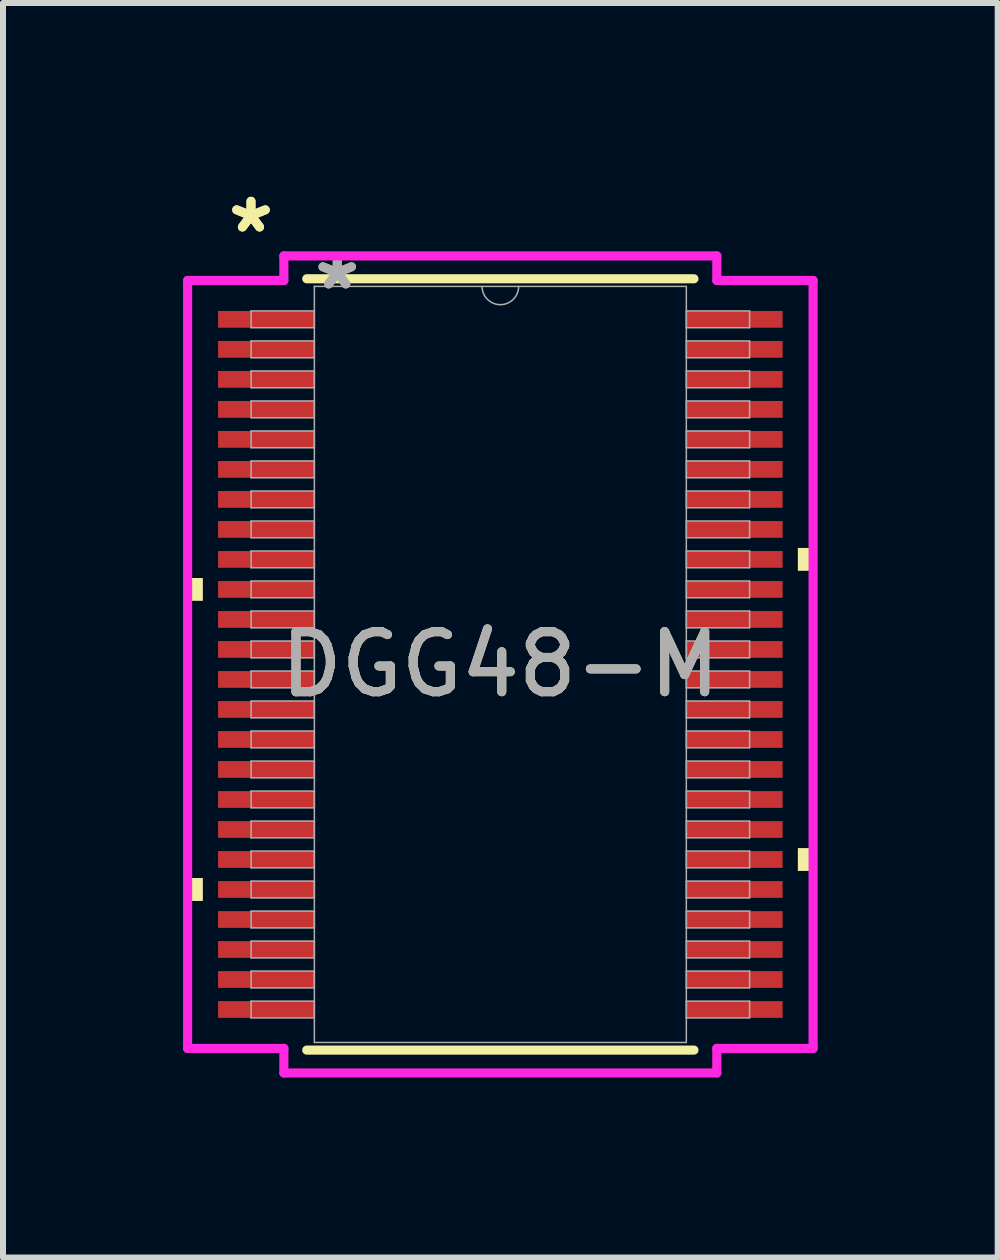
<source format=kicad_pcb>
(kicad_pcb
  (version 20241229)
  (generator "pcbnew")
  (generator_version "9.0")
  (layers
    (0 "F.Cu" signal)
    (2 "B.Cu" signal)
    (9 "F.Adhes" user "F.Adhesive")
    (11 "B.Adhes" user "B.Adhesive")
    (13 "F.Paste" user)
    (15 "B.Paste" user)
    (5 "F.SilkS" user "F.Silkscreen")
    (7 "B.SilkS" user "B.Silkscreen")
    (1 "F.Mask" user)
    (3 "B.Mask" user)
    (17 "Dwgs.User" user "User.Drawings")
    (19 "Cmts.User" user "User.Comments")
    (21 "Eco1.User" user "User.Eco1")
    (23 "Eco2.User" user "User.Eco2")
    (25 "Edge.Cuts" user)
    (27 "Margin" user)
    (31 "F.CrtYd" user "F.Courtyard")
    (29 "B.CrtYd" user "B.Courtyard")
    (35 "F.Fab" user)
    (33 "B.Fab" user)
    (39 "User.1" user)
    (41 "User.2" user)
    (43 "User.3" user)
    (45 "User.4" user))
  (footprint "DGG48-M"
    (layer "F.Cu")
    (at 5.287 8.021)
    (property "Reference" "DGG48-M" (at 0 0 0) (unlocked yes) (layer "F.SilkS") (effects (font (size 1 1) (thickness 0.15))))
    (attr smd)
    (fp_line (start -3.226 6.426) (end 3.226 6.426) (stroke (width 0.152) (type solid)) (layer "F.SilkS"))
    (fp_line (start 3.226 -6.426) (end -3.226 -6.426) (stroke (width 0.152) (type solid)) (layer "F.SilkS"))
    (fp_poly (pts (xy -5.211 -1.44) (xy -5.211 -1.06) (xy -4.957 -1.06) (xy -4.957 -1.44)) (stroke (width 0) (type solid)) (fill yes) (layer "F.SilkS"))
    (fp_poly (pts (xy -5.211 3.559) (xy -5.211 3.941) (xy -4.957 3.941) (xy -4.957 3.559)) (stroke (width 0) (type solid)) (fill yes) (layer "F.SilkS"))
    (fp_poly (pts (xy 5.211 -1.941) (xy 5.211 -1.56) (xy 4.957 -1.56) (xy 4.957 -1.941)) (stroke (width 0) (type solid)) (fill yes) (layer "F.SilkS"))
    (fp_poly (pts (xy 5.211 3.06) (xy 5.211 3.441) (xy 4.957 3.441) (xy 4.957 3.06)) (stroke (width 0) (type solid)) (fill yes) (layer "F.SilkS"))
    (fp_line (start -5.211 -6.398) (end -3.607 -6.398) (stroke (width 0.152) (type solid)) (layer "F.CrtYd"))
    (fp_line (start -5.211 6.398) (end -5.211 -6.398) (stroke (width 0.152) (type solid)) (layer "F.CrtYd"))
    (fp_line (start -5.211 6.398) (end -3.607 6.398) (stroke (width 0.152) (type solid)) (layer "F.CrtYd"))
    (fp_line (start -3.607 -6.807) (end 3.607 -6.807) (stroke (width 0.152) (type solid)) (layer "F.CrtYd"))
    (fp_line (start -3.607 -6.398) (end -3.607 -6.807) (stroke (width 0.152) (type solid)) (layer "F.CrtYd"))
    (fp_line (start -3.607 6.807) (end -3.607 6.398) (stroke (width 0.152) (type solid)) (layer "F.CrtYd"))
    (fp_line (start 3.607 -6.807) (end 3.607 -6.398) (stroke (width 0.152) (type solid)) (layer "F.CrtYd"))
    (fp_line (start 3.607 6.398) (end 3.607 6.807) (stroke (width 0.152) (type solid)) (layer "F.CrtYd"))
    (fp_line (start 3.607 6.807) (end -3.607 6.807) (stroke (width 0.152) (type solid)) (layer "F.CrtYd"))
    (fp_line (start 5.211 -6.398) (end 3.607 -6.398) (stroke (width 0.152) (type solid)) (layer "F.CrtYd"))
    (fp_line (start 5.211 -6.398) (end 5.211 6.398) (stroke (width 0.152) (type solid)) (layer "F.CrtYd"))
    (fp_line (start 5.211 6.398) (end 3.607 6.398) (stroke (width 0.152) (type solid)) (layer "F.CrtYd"))
    (fp_line (start -4.153 -5.89) (end -4.153 -5.61) (stroke (width 0.025) (type solid)) (layer "F.Fab"))
    (fp_line (start -4.153 -5.61) (end -3.099 -5.61) (stroke (width 0.025) (type solid)) (layer "F.Fab"))
    (fp_line (start -4.153 -5.39) (end -4.153 -5.11) (stroke (width 0.025) (type solid)) (layer "F.Fab"))
    (fp_line (start -4.153 -5.11) (end -3.099 -5.11) (stroke (width 0.025) (type solid)) (layer "F.Fab"))
    (fp_line (start -4.153 -4.89) (end -4.153 -4.61) (stroke (width 0.025) (type solid)) (layer "F.Fab"))
    (fp_line (start -4.153 -4.61) (end -3.099 -4.61) (stroke (width 0.025) (type solid)) (layer "F.Fab"))
    (fp_line (start -4.153 -4.39) (end -4.153 -4.11) (stroke (width 0.025) (type solid)) (layer "F.Fab"))
    (fp_line (start -4.153 -4.11) (end -3.099 -4.11) (stroke (width 0.025) (type solid)) (layer "F.Fab"))
    (fp_line (start -4.153 -3.89) (end -4.153 -3.61) (stroke (width 0.025) (type solid)) (layer "F.Fab"))
    (fp_line (start -4.153 -3.61) (end -3.099 -3.61) (stroke (width 0.025) (type solid)) (layer "F.Fab"))
    (fp_line (start -4.153 -3.39) (end -4.153 -3.11) (stroke (width 0.025) (type solid)) (layer "F.Fab"))
    (fp_line (start -4.153 -3.11) (end -3.099 -3.11) (stroke (width 0.025) (type solid)) (layer "F.Fab"))
    (fp_line (start -4.153 -2.89) (end -4.153 -2.61) (stroke (width 0.025) (type solid)) (layer "F.Fab"))
    (fp_line (start -4.153 -2.61) (end -3.099 -2.61) (stroke (width 0.025) (type solid)) (layer "F.Fab"))
    (fp_line (start -4.153 -2.39) (end -4.153 -2.11) (stroke (width 0.025) (type solid)) (layer "F.Fab"))
    (fp_line (start -4.153 -2.11) (end -3.099 -2.11) (stroke (width 0.025) (type solid)) (layer "F.Fab"))
    (fp_line (start -4.153 -1.89) (end -4.153 -1.61) (stroke (width 0.025) (type solid)) (layer "F.Fab"))
    (fp_line (start -4.153 -1.61) (end -3.099 -1.61) (stroke (width 0.025) (type solid)) (layer "F.Fab"))
    (fp_line (start -4.153 -1.39) (end -4.153 -1.11) (stroke (width 0.025) (type solid)) (layer "F.Fab"))
    (fp_line (start -4.153 -1.11) (end -3.099 -1.11) (stroke (width 0.025) (type solid)) (layer "F.Fab"))
    (fp_line (start -4.153 -0.89) (end -4.153 -0.61) (stroke (width 0.025) (type solid)) (layer "F.Fab"))
    (fp_line (start -4.153 -0.61) (end -3.099 -0.61) (stroke (width 0.025) (type solid)) (layer "F.Fab"))
    (fp_line (start -4.153 -0.39) (end -4.153 -0.11) (stroke (width 0.025) (type solid)) (layer "F.Fab"))
    (fp_line (start -4.153 -0.11) (end -3.099 -0.11) (stroke (width 0.025) (type solid)) (layer "F.Fab"))
    (fp_line (start -4.153 0.11) (end -4.153 0.39) (stroke (width 0.025) (type solid)) (layer "F.Fab"))
    (fp_line (start -4.153 0.39) (end -3.099 0.39) (stroke (width 0.025) (type solid)) (layer "F.Fab"))
    (fp_line (start -4.153 0.61) (end -4.153 0.89) (stroke (width 0.025) (type solid)) (layer "F.Fab"))
    (fp_line (start -4.153 0.89) (end -3.099 0.89) (stroke (width 0.025) (type solid)) (layer "F.Fab"))
    (fp_line (start -4.153 1.11) (end -4.153 1.39) (stroke (width 0.025) (type solid)) (layer "F.Fab"))
    (fp_line (start -4.153 1.39) (end -3.099 1.39) (stroke (width 0.025) (type solid)) (layer "F.Fab"))
    (fp_line (start -4.153 1.61) (end -4.153 1.89) (stroke (width 0.025) (type solid)) (layer "F.Fab"))
    (fp_line (start -4.153 1.89) (end -3.099 1.89) (stroke (width 0.025) (type solid)) (layer "F.Fab"))
    (fp_line (start -4.153 2.11) (end -4.153 2.39) (stroke (width 0.025) (type solid)) (layer "F.Fab"))
    (fp_line (start -4.153 2.39) (end -3.099 2.39) (stroke (width 0.025) (type solid)) (layer "F.Fab"))
    (fp_line (start -4.153 2.61) (end -4.153 2.89) (stroke (width 0.025) (type solid)) (layer "F.Fab"))
    (fp_line (start -4.153 2.89) (end -3.099 2.89) (stroke (width 0.025) (type solid)) (layer "F.Fab"))
    (fp_line (start -4.153 3.11) (end -4.153 3.39) (stroke (width 0.025) (type solid)) (layer "F.Fab"))
    (fp_line (start -4.153 3.39) (end -3.099 3.39) (stroke (width 0.025) (type solid)) (layer "F.Fab"))
    (fp_line (start -4.153 3.61) (end -4.153 3.89) (stroke (width 0.025) (type solid)) (layer "F.Fab"))
    (fp_line (start -4.153 3.89) (end -3.099 3.89) (stroke (width 0.025) (type solid)) (layer "F.Fab"))
    (fp_line (start -4.153 4.11) (end -4.153 4.39) (stroke (width 0.025) (type solid)) (layer "F.Fab"))
    (fp_line (start -4.153 4.39) (end -3.099 4.39) (stroke (width 0.025) (type solid)) (layer "F.Fab"))
    (fp_line (start -4.153 4.61) (end -4.153 4.89) (stroke (width 0.025) (type solid)) (layer "F.Fab"))
    (fp_line (start -4.153 4.89) (end -3.099 4.89) (stroke (width 0.025) (type solid)) (layer "F.Fab"))
    (fp_line (start -4.153 5.11) (end -4.153 5.39) (stroke (width 0.025) (type solid)) (layer "F.Fab"))
    (fp_line (start -4.153 5.39) (end -3.099 5.39) (stroke (width 0.025) (type solid)) (layer "F.Fab"))
    (fp_line (start -4.153 5.61) (end -4.153 5.89) (stroke (width 0.025) (type solid)) (layer "F.Fab"))
    (fp_line (start -4.153 5.89) (end -3.099 5.89) (stroke (width 0.025) (type solid)) (layer "F.Fab"))
    (fp_line (start -3.099 -6.299) (end -3.099 6.299) (stroke (width 0.025) (type solid)) (layer "F.Fab"))
    (fp_line (start -3.099 -5.89) (end -4.153 -5.89) (stroke (width 0.025) (type solid)) (layer "F.Fab"))
    (fp_line (start -3.099 -5.61) (end -3.099 -5.89) (stroke (width 0.025) (type solid)) (layer "F.Fab"))
    (fp_line (start -3.099 -5.39) (end -4.153 -5.39) (stroke (width 0.025) (type solid)) (layer "F.Fab"))
    (fp_line (start -3.099 -5.11) (end -3.099 -5.39) (stroke (width 0.025) (type solid)) (layer "F.Fab"))
    (fp_line (start -3.099 -4.89) (end -4.153 -4.89) (stroke (width 0.025) (type solid)) (layer "F.Fab"))
    (fp_line (start -3.099 -4.61) (end -3.099 -4.89) (stroke (width 0.025) (type solid)) (layer "F.Fab"))
    (fp_line (start -3.099 -4.39) (end -4.153 -4.39) (stroke (width 0.025) (type solid)) (layer "F.Fab"))
    (fp_line (start -3.099 -4.11) (end -3.099 -4.39) (stroke (width 0.025) (type solid)) (layer "F.Fab"))
    (fp_line (start -3.099 -3.89) (end -4.153 -3.89) (stroke (width 0.025) (type solid)) (layer "F.Fab"))
    (fp_line (start -3.099 -3.61) (end -3.099 -3.89) (stroke (width 0.025) (type solid)) (layer "F.Fab"))
    (fp_line (start -3.099 -3.39) (end -4.153 -3.39) (stroke (width 0.025) (type solid)) (layer "F.Fab"))
    (fp_line (start -3.099 -3.11) (end -3.099 -3.39) (stroke (width 0.025) (type solid)) (layer "F.Fab"))
    (fp_line (start -3.099 -2.89) (end -4.153 -2.89) (stroke (width 0.025) (type solid)) (layer "F.Fab"))
    (fp_line (start -3.099 -2.61) (end -3.099 -2.89) (stroke (width 0.025) (type solid)) (layer "F.Fab"))
    (fp_line (start -3.099 -2.39) (end -4.153 -2.39) (stroke (width 0.025) (type solid)) (layer "F.Fab"))
    (fp_line (start -3.099 -2.11) (end -3.099 -2.39) (stroke (width 0.025) (type solid)) (layer "F.Fab"))
    (fp_line (start -3.099 -1.89) (end -4.153 -1.89) (stroke (width 0.025) (type solid)) (layer "F.Fab"))
    (fp_line (start -3.099 -1.61) (end -3.099 -1.89) (stroke (width 0.025) (type solid)) (layer "F.Fab"))
    (fp_line (start -3.099 -1.39) (end -4.153 -1.39) (stroke (width 0.025) (type solid)) (layer "F.Fab"))
    (fp_line (start -3.099 -1.11) (end -3.099 -1.39) (stroke (width 0.025) (type solid)) (layer "F.Fab"))
    (fp_line (start -3.099 -0.89) (end -4.153 -0.89) (stroke (width 0.025) (type solid)) (layer "F.Fab"))
    (fp_line (start -3.099 -0.61) (end -3.099 -0.89) (stroke (width 0.025) (type solid)) (layer "F.Fab"))
    (fp_line (start -3.099 -0.39) (end -4.153 -0.39) (stroke (width 0.025) (type solid)) (layer "F.Fab"))
    (fp_line (start -3.099 -0.11) (end -3.099 -0.39) (stroke (width 0.025) (type solid)) (layer "F.Fab"))
    (fp_line (start -3.099 0.11) (end -4.153 0.11) (stroke (width 0.025) (type solid)) (layer "F.Fab"))
    (fp_line (start -3.099 0.39) (end -3.099 0.11) (stroke (width 0.025) (type solid)) (layer "F.Fab"))
    (fp_line (start -3.099 0.61) (end -4.153 0.61) (stroke (width 0.025) (type solid)) (layer "F.Fab"))
    (fp_line (start -3.099 0.89) (end -3.099 0.61) (stroke (width 0.025) (type solid)) (layer "F.Fab"))
    (fp_line (start -3.099 1.11) (end -4.153 1.11) (stroke (width 0.025) (type solid)) (layer "F.Fab"))
    (fp_line (start -3.099 1.39) (end -3.099 1.11) (stroke (width 0.025) (type solid)) (layer "F.Fab"))
    (fp_line (start -3.099 1.61) (end -4.153 1.61) (stroke (width 0.025) (type solid)) (layer "F.Fab"))
    (fp_line (start -3.099 1.89) (end -3.099 1.61) (stroke (width 0.025) (type solid)) (layer "F.Fab"))
    (fp_line (start -3.099 2.11) (end -4.153 2.11) (stroke (width 0.025) (type solid)) (layer "F.Fab"))
    (fp_line (start -3.099 2.39) (end -3.099 2.11) (stroke (width 0.025) (type solid)) (layer "F.Fab"))
    (fp_line (start -3.099 2.61) (end -4.153 2.61) (stroke (width 0.025) (type solid)) (layer "F.Fab"))
    (fp_line (start -3.099 2.89) (end -3.099 2.61) (stroke (width 0.025) (type solid)) (layer "F.Fab"))
    (fp_line (start -3.099 3.11) (end -4.153 3.11) (stroke (width 0.025) (type solid)) (layer "F.Fab"))
    (fp_line (start -3.099 3.39) (end -3.099 3.11) (stroke (width 0.025) (type solid)) (layer "F.Fab"))
    (fp_line (start -3.099 3.61) (end -4.153 3.61) (stroke (width 0.025) (type solid)) (layer "F.Fab"))
    (fp_line (start -3.099 3.89) (end -3.099 3.61) (stroke (width 0.025) (type solid)) (layer "F.Fab"))
    (fp_line (start -3.099 4.11) (end -4.153 4.11) (stroke (width 0.025) (type solid)) (layer "F.Fab"))
    (fp_line (start -3.099 4.39) (end -3.099 4.11) (stroke (width 0.025) (type solid)) (layer "F.Fab"))
    (fp_line (start -3.099 4.61) (end -4.153 4.61) (stroke (width 0.025) (type solid)) (layer "F.Fab"))
    (fp_line (start -3.099 4.89) (end -3.099 4.61) (stroke (width 0.025) (type solid)) (layer "F.Fab"))
    (fp_line (start -3.099 5.11) (end -4.153 5.11) (stroke (width 0.025) (type solid)) (layer "F.Fab"))
    (fp_line (start -3.099 5.39) (end -3.099 5.11) (stroke (width 0.025) (type solid)) (layer "F.Fab"))
    (fp_line (start -3.099 5.61) (end -4.153 5.61) (stroke (width 0.025) (type solid)) (layer "F.Fab"))
    (fp_line (start -3.099 5.89) (end -3.099 5.61) (stroke (width 0.025) (type solid)) (layer "F.Fab"))
    (fp_line (start -3.099 6.299) (end 3.099 6.299) (stroke (width 0.025) (type solid)) (layer "F.Fab"))
    (fp_line (start 3.099 -6.299) (end -3.099 -6.299) (stroke (width 0.025) (type solid)) (layer "F.Fab"))
    (fp_line (start 3.099 -5.89) (end 3.099 -5.61) (stroke (width 0.025) (type solid)) (layer "F.Fab"))
    (fp_line (start 3.099 -5.61) (end 4.153 -5.61) (stroke (width 0.025) (type solid)) (layer "F.Fab"))
    (fp_line (start 3.099 -5.39) (end 3.099 -5.11) (stroke (width 0.025) (type solid)) (layer "F.Fab"))
    (fp_line (start 3.099 -5.11) (end 4.153 -5.11) (stroke (width 0.025) (type solid)) (layer "F.Fab"))
    (fp_line (start 3.099 -4.89) (end 3.099 -4.61) (stroke (width 0.025) (type solid)) (layer "F.Fab"))
    (fp_line (start 3.099 -4.61) (end 4.153 -4.61) (stroke (width 0.025) (type solid)) (layer "F.Fab"))
    (fp_line (start 3.099 -4.39) (end 3.099 -4.11) (stroke (width 0.025) (type solid)) (layer "F.Fab"))
    (fp_line (start 3.099 -4.11) (end 4.153 -4.11) (stroke (width 0.025) (type solid)) (layer "F.Fab"))
    (fp_line (start 3.099 -3.89) (end 3.099 -3.61) (stroke (width 0.025) (type solid)) (layer "F.Fab"))
    (fp_line (start 3.099 -3.61) (end 4.153 -3.61) (stroke (width 0.025) (type solid)) (layer "F.Fab"))
    (fp_line (start 3.099 -3.39) (end 3.099 -3.11) (stroke (width 0.025) (type solid)) (layer "F.Fab"))
    (fp_line (start 3.099 -3.11) (end 4.153 -3.11) (stroke (width 0.025) (type solid)) (layer "F.Fab"))
    (fp_line (start 3.099 -2.89) (end 3.099 -2.61) (stroke (width 0.025) (type solid)) (layer "F.Fab"))
    (fp_line (start 3.099 -2.61) (end 4.153 -2.61) (stroke (width 0.025) (type solid)) (layer "F.Fab"))
    (fp_line (start 3.099 -2.39) (end 3.099 -2.11) (stroke (width 0.025) (type solid)) (layer "F.Fab"))
    (fp_line (start 3.099 -2.11) (end 4.153 -2.11) (stroke (width 0.025) (type solid)) (layer "F.Fab"))
    (fp_line (start 3.099 -1.89) (end 3.099 -1.61) (stroke (width 0.025) (type solid)) (layer "F.Fab"))
    (fp_line (start 3.099 -1.61) (end 4.153 -1.61) (stroke (width 0.025) (type solid)) (layer "F.Fab"))
    (fp_line (start 3.099 -1.39) (end 3.099 -1.11) (stroke (width 0.025) (type solid)) (layer "F.Fab"))
    (fp_line (start 3.099 -1.11) (end 4.153 -1.11) (stroke (width 0.025) (type solid)) (layer "F.Fab"))
    (fp_line (start 3.099 -0.89) (end 3.099 -0.61) (stroke (width 0.025) (type solid)) (layer "F.Fab"))
    (fp_line (start 3.099 -0.61) (end 4.153 -0.61) (stroke (width 0.025) (type solid)) (layer "F.Fab"))
    (fp_line (start 3.099 -0.39) (end 3.099 -0.11) (stroke (width 0.025) (type solid)) (layer "F.Fab"))
    (fp_line (start 3.099 -0.11) (end 4.153 -0.11) (stroke (width 0.025) (type solid)) (layer "F.Fab"))
    (fp_line (start 3.099 0.11) (end 3.099 0.39) (stroke (width 0.025) (type solid)) (layer "F.Fab"))
    (fp_line (start 3.099 0.39) (end 4.153 0.39) (stroke (width 0.025) (type solid)) (layer "F.Fab"))
    (fp_line (start 3.099 0.61) (end 3.099 0.89) (stroke (width 0.025) (type solid)) (layer "F.Fab"))
    (fp_line (start 3.099 0.89) (end 4.153 0.89) (stroke (width 0.025) (type solid)) (layer "F.Fab"))
    (fp_line (start 3.099 1.11) (end 3.099 1.39) (stroke (width 0.025) (type solid)) (layer "F.Fab"))
    (fp_line (start 3.099 1.39) (end 4.153 1.39) (stroke (width 0.025) (type solid)) (layer "F.Fab"))
    (fp_line (start 3.099 1.61) (end 3.099 1.89) (stroke (width 0.025) (type solid)) (layer "F.Fab"))
    (fp_line (start 3.099 1.89) (end 4.153 1.89) (stroke (width 0.025) (type solid)) (layer "F.Fab"))
    (fp_line (start 3.099 2.11) (end 3.099 2.39) (stroke (width 0.025) (type solid)) (layer "F.Fab"))
    (fp_line (start 3.099 2.39) (end 4.153 2.39) (stroke (width 0.025) (type solid)) (layer "F.Fab"))
    (fp_line (start 3.099 2.61) (end 3.099 2.89) (stroke (width 0.025) (type solid)) (layer "F.Fab"))
    (fp_line (start 3.099 2.89) (end 4.153 2.89) (stroke (width 0.025) (type solid)) (layer "F.Fab"))
    (fp_line (start 3.099 3.11) (end 3.099 3.39) (stroke (width 0.025) (type solid)) (layer "F.Fab"))
    (fp_line (start 3.099 3.39) (end 4.153 3.39) (stroke (width 0.025) (type solid)) (layer "F.Fab"))
    (fp_line (start 3.099 3.61) (end 3.099 3.89) (stroke (width 0.025) (type solid)) (layer "F.Fab"))
    (fp_line (start 3.099 3.89) (end 4.153 3.89) (stroke (width 0.025) (type solid)) (layer "F.Fab"))
    (fp_line (start 3.099 4.11) (end 3.099 4.39) (stroke (width 0.025) (type solid)) (layer "F.Fab"))
    (fp_line (start 3.099 4.39) (end 4.153 4.39) (stroke (width 0.025) (type solid)) (layer "F.Fab"))
    (fp_line (start 3.099 4.61) (end 3.099 4.89) (stroke (width 0.025) (type solid)) (layer "F.Fab"))
    (fp_line (start 3.099 4.89) (end 4.153 4.89) (stroke (width 0.025) (type solid)) (layer "F.Fab"))
    (fp_line (start 3.099 5.11) (end 3.099 5.39) (stroke (width 0.025) (type solid)) (layer "F.Fab"))
    (fp_line (start 3.099 5.39) (end 4.153 5.39) (stroke (width 0.025) (type solid)) (layer "F.Fab"))
    (fp_line (start 3.099 5.61) (end 3.099 5.89) (stroke (width 0.025) (type solid)) (layer "F.Fab"))
    (fp_line (start 3.099 5.89) (end 4.153 5.89) (stroke (width 0.025) (type solid)) (layer "F.Fab"))
    (fp_line (start 3.099 6.299) (end 3.099 -6.299) (stroke (width 0.025) (type solid)) (layer "F.Fab"))
    (fp_line (start 4.153 -5.89) (end 3.099 -5.89) (stroke (width 0.025) (type solid)) (layer "F.Fab"))
    (fp_line (start 4.153 -5.61) (end 4.153 -5.89) (stroke (width 0.025) (type solid)) (layer "F.Fab"))
    (fp_line (start 4.153 -5.39) (end 3.099 -5.39) (stroke (width 0.025) (type solid)) (layer "F.Fab"))
    (fp_line (start 4.153 -5.11) (end 4.153 -5.39) (stroke (width 0.025) (type solid)) (layer "F.Fab"))
    (fp_line (start 4.153 -4.89) (end 3.099 -4.89) (stroke (width 0.025) (type solid)) (layer "F.Fab"))
    (fp_line (start 4.153 -4.61) (end 4.153 -4.89) (stroke (width 0.025) (type solid)) (layer "F.Fab"))
    (fp_line (start 4.153 -4.39) (end 3.099 -4.39) (stroke (width 0.025) (type solid)) (layer "F.Fab"))
    (fp_line (start 4.153 -4.11) (end 4.153 -4.39) (stroke (width 0.025) (type solid)) (layer "F.Fab"))
    (fp_line (start 4.153 -3.89) (end 3.099 -3.89) (stroke (width 0.025) (type solid)) (layer "F.Fab"))
    (fp_line (start 4.153 -3.61) (end 4.153 -3.89) (stroke (width 0.025) (type solid)) (layer "F.Fab"))
    (fp_line (start 4.153 -3.39) (end 3.099 -3.39) (stroke (width 0.025) (type solid)) (layer "F.Fab"))
    (fp_line (start 4.153 -3.11) (end 4.153 -3.39) (stroke (width 0.025) (type solid)) (layer "F.Fab"))
    (fp_line (start 4.153 -2.89) (end 3.099 -2.89) (stroke (width 0.025) (type solid)) (layer "F.Fab"))
    (fp_line (start 4.153 -2.61) (end 4.153 -2.89) (stroke (width 0.025) (type solid)) (layer "F.Fab"))
    (fp_line (start 4.153 -2.39) (end 3.099 -2.39) (stroke (width 0.025) (type solid)) (layer "F.Fab"))
    (fp_line (start 4.153 -2.11) (end 4.153 -2.39) (stroke (width 0.025) (type solid)) (layer "F.Fab"))
    (fp_line (start 4.153 -1.89) (end 3.099 -1.89) (stroke (width 0.025) (type solid)) (layer "F.Fab"))
    (fp_line (start 4.153 -1.61) (end 4.153 -1.89) (stroke (width 0.025) (type solid)) (layer "F.Fab"))
    (fp_line (start 4.153 -1.39) (end 3.099 -1.39) (stroke (width 0.025) (type solid)) (layer "F.Fab"))
    (fp_line (start 4.153 -1.11) (end 4.153 -1.39) (stroke (width 0.025) (type solid)) (layer "F.Fab"))
    (fp_line (start 4.153 -0.89) (end 3.099 -0.89) (stroke (width 0.025) (type solid)) (layer "F.Fab"))
    (fp_line (start 4.153 -0.61) (end 4.153 -0.89) (stroke (width 0.025) (type solid)) (layer "F.Fab"))
    (fp_line (start 4.153 -0.39) (end 3.099 -0.39) (stroke (width 0.025) (type solid)) (layer "F.Fab"))
    (fp_line (start 4.153 -0.11) (end 4.153 -0.39) (stroke (width 0.025) (type solid)) (layer "F.Fab"))
    (fp_line (start 4.153 0.11) (end 3.099 0.11) (stroke (width 0.025) (type solid)) (layer "F.Fab"))
    (fp_line (start 4.153 0.39) (end 4.153 0.11) (stroke (width 0.025) (type solid)) (layer "F.Fab"))
    (fp_line (start 4.153 0.61) (end 3.099 0.61) (stroke (width 0.025) (type solid)) (layer "F.Fab"))
    (fp_line (start 4.153 0.89) (end 4.153 0.61) (stroke (width 0.025) (type solid)) (layer "F.Fab"))
    (fp_line (start 4.153 1.11) (end 3.099 1.11) (stroke (width 0.025) (type solid)) (layer "F.Fab"))
    (fp_line (start 4.153 1.39) (end 4.153 1.11) (stroke (width 0.025) (type solid)) (layer "F.Fab"))
    (fp_line (start 4.153 1.61) (end 3.099 1.61) (stroke (width 0.025) (type solid)) (layer "F.Fab"))
    (fp_line (start 4.153 1.89) (end 4.153 1.61) (stroke (width 0.025) (type solid)) (layer "F.Fab"))
    (fp_line (start 4.153 2.11) (end 3.099 2.11) (stroke (width 0.025) (type solid)) (layer "F.Fab"))
    (fp_line (start 4.153 2.39) (end 4.153 2.11) (stroke (width 0.025) (type solid)) (layer "F.Fab"))
    (fp_line (start 4.153 2.61) (end 3.099 2.61) (stroke (width 0.025) (type solid)) (layer "F.Fab"))
    (fp_line (start 4.153 2.89) (end 4.153 2.61) (stroke (width 0.025) (type solid)) (layer "F.Fab"))
    (fp_line (start 4.153 3.11) (end 3.099 3.11) (stroke (width 0.025) (type solid)) (layer "F.Fab"))
    (fp_line (start 4.153 3.39) (end 4.153 3.11) (stroke (width 0.025) (type solid)) (layer "F.Fab"))
    (fp_line (start 4.153 3.61) (end 3.099 3.61) (stroke (width 0.025) (type solid)) (layer "F.Fab"))
    (fp_line (start 4.153 3.89) (end 4.153 3.61) (stroke (width 0.025) (type solid)) (layer "F.Fab"))
    (fp_line (start 4.153 4.11) (end 3.099 4.11) (stroke (width 0.025) (type solid)) (layer "F.Fab"))
    (fp_line (start 4.153 4.39) (end 4.153 4.11) (stroke (width 0.025) (type solid)) (layer "F.Fab"))
    (fp_line (start 4.153 4.61) (end 3.099 4.61) (stroke (width 0.025) (type solid)) (layer "F.Fab"))
    (fp_line (start 4.153 4.89) (end 4.153 4.61) (stroke (width 0.025) (type solid)) (layer "F.Fab"))
    (fp_line (start 4.153 5.11) (end 3.099 5.11) (stroke (width 0.025) (type solid)) (layer "F.Fab"))
    (fp_line (start 4.153 5.39) (end 4.153 5.11) (stroke (width 0.025) (type solid)) (layer "F.Fab"))
    (fp_line (start 4.153 5.61) (end 3.099 5.61) (stroke (width 0.025) (type solid)) (layer "F.Fab"))
    (fp_line (start 4.153 5.89) (end 4.153 5.61) (stroke (width 0.025) (type solid)) (layer "F.Fab"))
    (fp_arc (start 0.3048 -6.2992) (mid 0 -5.9944) (end -0.3048 -6.2992) (stroke (width 0.0254) (type solid)) (layer "F.Fab"))
    (fp_text user "*" (at -4.155 -7.172 0) (unlocked yes) (layer "F.SilkS") (effects (font (size 1 1) (thickness 0.15))))
    (fp_text user "*" (at -4.155 -7.172 0) (layer "F.SilkS") (effects (font (size 1 1) (thickness 0.15))))
    (fp_text user "*" (at -2.718 -6.223 0) (layer "F.Fab") (effects (font (size 1 1) (thickness 0.15))))
    (fp_text user "${REFERENCE}" (at 0 0 0) (unlocked yes) (layer "F.Fab") (effects (font (size 1 1) (thickness 0.15))))
    (fp_text user "*" (at -2.718 -6.223 0) (unlocked yes) (layer "F.Fab") (effects (font (size 1 1) (thickness 0.15))))
    (pad "1" smd rect (at -3.901 -5.75) (size 1.604 0.279) (layers "F.Cu" "F.Mask" "F.Paste"))
    (pad "2" smd rect (at -3.901 -5.25) (size 1.604 0.279) (layers "F.Cu" "F.Mask" "F.Paste"))
    (pad "3" smd rect (at -3.901 -4.75) (size 1.604 0.279) (layers "F.Cu" "F.Mask" "F.Paste"))
    (pad "4" smd rect (at -3.901 -4.25) (size 1.604 0.279) (layers "F.Cu" "F.Mask" "F.Paste"))
    (pad "5" smd rect (at -3.901 -3.75) (size 1.604 0.279) (layers "F.Cu" "F.Mask" "F.Paste"))
    (pad "6" smd rect (at -3.901 -3.25) (size 1.604 0.279) (layers "F.Cu" "F.Mask" "F.Paste"))
    (pad "7" smd rect (at -3.901 -2.75) (size 1.604 0.279) (layers "F.Cu" "F.Mask" "F.Paste"))
    (pad "8" smd rect (at -3.901 -2.25) (size 1.604 0.279) (layers "F.Cu" "F.Mask" "F.Paste"))
    (pad "9" smd rect (at -3.901 -1.75) (size 1.604 0.279) (layers "F.Cu" "F.Mask" "F.Paste"))
    (pad "10" smd rect (at -3.901 -1.25) (size 1.604 0.279) (layers "F.Cu" "F.Mask" "F.Paste"))
    (pad "11" smd rect (at -3.901 -0.75) (size 1.604 0.279) (layers "F.Cu" "F.Mask" "F.Paste"))
    (pad "12" smd rect (at -3.901 -0.25) (size 1.604 0.279) (layers "F.Cu" "F.Mask" "F.Paste"))
    (pad "13" smd rect (at -3.901 0.25) (size 1.604 0.279) (layers "F.Cu" "F.Mask" "F.Paste"))
    (pad "14" smd rect (at -3.901 0.75) (size 1.604 0.279) (layers "F.Cu" "F.Mask" "F.Paste"))
    (pad "15" smd rect (at -3.901 1.25) (size 1.604 0.279) (layers "F.Cu" "F.Mask" "F.Paste"))
    (pad "16" smd rect (at -3.901 1.75) (size 1.604 0.279) (layers "F.Cu" "F.Mask" "F.Paste"))
    (pad "17" smd rect (at -3.901 2.25) (size 1.604 0.279) (layers "F.Cu" "F.Mask" "F.Paste"))
    (pad "18" smd rect (at -3.901 2.75) (size 1.604 0.279) (layers "F.Cu" "F.Mask" "F.Paste"))
    (pad "19" smd rect (at -3.901 3.25) (size 1.604 0.279) (layers "F.Cu" "F.Mask" "F.Paste"))
    (pad "20" smd rect (at -3.901 3.75) (size 1.604 0.279) (layers "F.Cu" "F.Mask" "F.Paste"))
    (pad "21" smd rect (at -3.901 4.25) (size 1.604 0.279) (layers "F.Cu" "F.Mask" "F.Paste"))
    (pad "22" smd rect (at -3.901 4.75) (size 1.604 0.279) (layers "F.Cu" "F.Mask" "F.Paste"))
    (pad "23" smd rect (at -3.901 5.25) (size 1.604 0.279) (layers "F.Cu" "F.Mask" "F.Paste"))
    (pad "24" smd rect (at -3.901 5.75) (size 1.604 0.279) (layers "F.Cu" "F.Mask" "F.Paste"))
    (pad "25" smd rect (at 3.901 5.75) (size 1.604 0.279) (layers "F.Cu" "F.Mask" "F.Paste"))
    (pad "26" smd rect (at 3.901 5.25) (size 1.604 0.279) (layers "F.Cu" "F.Mask" "F.Paste"))
    (pad "27" smd rect (at 3.901 4.75) (size 1.604 0.279) (layers "F.Cu" "F.Mask" "F.Paste"))
    (pad "28" smd rect (at 3.901 4.25) (size 1.604 0.279) (layers "F.Cu" "F.Mask" "F.Paste"))
    (pad "29" smd rect (at 3.901 3.75) (size 1.604 0.279) (layers "F.Cu" "F.Mask" "F.Paste"))
    (pad "30" smd rect (at 3.901 3.25) (size 1.604 0.279) (layers "F.Cu" "F.Mask" "F.Paste"))
    (pad "31" smd rect (at 3.901 2.75) (size 1.604 0.279) (layers "F.Cu" "F.Mask" "F.Paste"))
    (pad "32" smd rect (at 3.901 2.25) (size 1.604 0.279) (layers "F.Cu" "F.Mask" "F.Paste"))
    (pad "33" smd rect (at 3.901 1.75) (size 1.604 0.279) (layers "F.Cu" "F.Mask" "F.Paste"))
    (pad "34" smd rect (at 3.901 1.25) (size 1.604 0.279) (layers "F.Cu" "F.Mask" "F.Paste"))
    (pad "35" smd rect (at 3.901 0.75) (size 1.604 0.279) (layers "F.Cu" "F.Mask" "F.Paste"))
    (pad "36" smd rect (at 3.901 0.25) (size 1.604 0.279) (layers "F.Cu" "F.Mask" "F.Paste"))
    (pad "37" smd rect (at 3.901 -0.25) (size 1.604 0.279) (layers "F.Cu" "F.Mask" "F.Paste"))
    (pad "38" smd rect (at 3.901 -0.75) (size 1.604 0.279) (layers "F.Cu" "F.Mask" "F.Paste"))
    (pad "39" smd rect (at 3.901 -1.25) (size 1.604 0.279) (layers "F.Cu" "F.Mask" "F.Paste"))
    (pad "40" smd rect (at 3.901 -1.75) (size 1.604 0.279) (layers "F.Cu" "F.Mask" "F.Paste"))
    (pad "41" smd rect (at 3.901 -2.25) (size 1.604 0.279) (layers "F.Cu" "F.Mask" "F.Paste"))
    (pad "42" smd rect (at 3.901 -2.75) (size 1.604 0.279) (layers "F.Cu" "F.Mask" "F.Paste"))
    (pad "43" smd rect (at 3.901 -3.25) (size 1.604 0.279) (layers "F.Cu" "F.Mask" "F.Paste"))
    (pad "44" smd rect (at 3.901 -3.75) (size 1.604 0.279) (layers "F.Cu" "F.Mask" "F.Paste"))
    (pad "45" smd rect (at 3.901 -4.25) (size 1.604 0.279) (layers "F.Cu" "F.Mask" "F.Paste"))
    (pad "46" smd rect (at 3.901 -4.75) (size 1.604 0.279) (layers "F.Cu" "F.Mask" "F.Paste"))
    (pad "47" smd rect (at 3.901 -5.25) (size 1.604 0.279) (layers "F.Cu" "F.Mask" "F.Paste"))
    (pad "48" smd rect (at 3.901 -5.75) (size 1.604 0.279) (layers "F.Cu" "F.Mask" "F.Paste")))
  (gr_rect
    (start -3 -3)
    (end 13.574 17.904)
    (stroke (width 0.1) (type default))
    (fill no)
    (layer "Edge.Cuts")))
</source>
